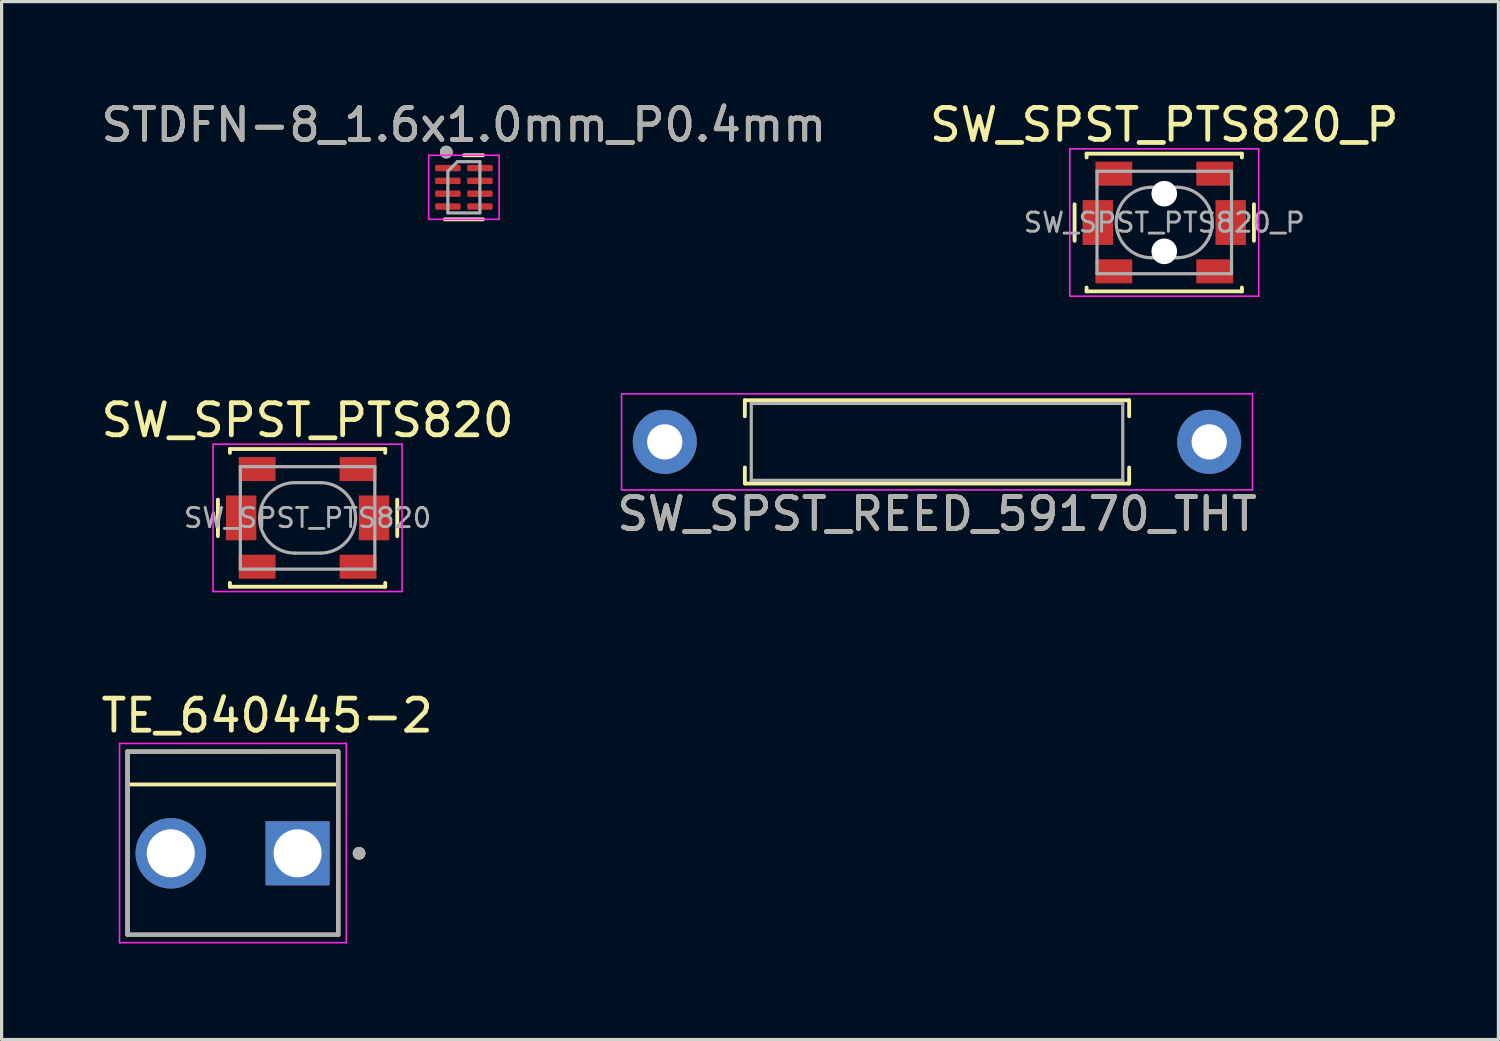
<source format=kicad_pcb>
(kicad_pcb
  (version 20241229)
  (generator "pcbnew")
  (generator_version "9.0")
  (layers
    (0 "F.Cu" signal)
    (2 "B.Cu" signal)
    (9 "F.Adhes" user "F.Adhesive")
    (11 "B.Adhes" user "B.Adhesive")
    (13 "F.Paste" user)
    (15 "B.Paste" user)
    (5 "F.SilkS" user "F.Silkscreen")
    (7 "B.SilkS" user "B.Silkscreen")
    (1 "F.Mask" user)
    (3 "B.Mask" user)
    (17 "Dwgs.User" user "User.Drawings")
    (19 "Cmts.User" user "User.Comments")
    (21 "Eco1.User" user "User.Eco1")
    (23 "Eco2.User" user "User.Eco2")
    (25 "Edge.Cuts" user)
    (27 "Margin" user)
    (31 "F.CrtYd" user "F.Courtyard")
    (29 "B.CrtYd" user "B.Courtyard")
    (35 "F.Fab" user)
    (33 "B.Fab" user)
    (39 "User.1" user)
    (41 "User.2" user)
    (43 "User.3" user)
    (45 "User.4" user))
  (footprint "SW_SPST_REED_59170_THT"
    (layer "F.Cu")
    (at 26.208 10.748)
    (property "Reference" "SW_SPST_REED_59170_THT" (at 0 2.25 0) (layer "F.SilkS") (effects (font (size 1 1) (thickness 0.15))))
    (attr smd)
    (fp_line (start -6 -1.3) (end -6 -0.8) (stroke (width 0.12) (type solid)) (layer "F.SilkS"))
    (fp_line (start -6 0.8) (end -6 1.3) (stroke (width 0.12) (type solid)) (layer "F.SilkS"))
    (fp_line (start -6 1.3) (end 6 1.3) (stroke (width 0.12) (type solid)) (layer "F.SilkS"))
    (fp_line (start 6 -1.3) (end -6 -1.3) (stroke (width 0.12) (type solid)) (layer "F.SilkS"))
    (fp_line (start 6 -0.8) (end 6 -1.3) (stroke (width 0.12) (type solid)) (layer "F.SilkS"))
    (fp_line (start 6 1.3) (end 6 0.8) (stroke (width 0.12) (type solid)) (layer "F.SilkS"))
    (fp_line (start -9.85 -1.5) (end 9.85 -1.5) (stroke (width 0.05) (type solid)) (layer "F.CrtYd"))
    (fp_line (start -9.85 1.5) (end -9.85 -1.5) (stroke (width 0.05) (type solid)) (layer "F.CrtYd"))
    (fp_line (start 9.85 -1.5) (end 9.85 1.5) (stroke (width 0.05) (type solid)) (layer "F.CrtYd"))
    (fp_line (start 9.85 1.5) (end -9.85 1.5) (stroke (width 0.05) (type solid)) (layer "F.CrtYd"))
    (fp_line (start -5.8 -1.2) (end 5.8 -1.2) (stroke (width 0.1) (type solid)) (layer "F.Fab"))
    (fp_line (start -5.8 1.2) (end -5.8 -1.2) (stroke (width 0.1) (type solid)) (layer "F.Fab"))
    (fp_line (start 5.8 -1.2) (end 5.8 1.2) (stroke (width 0.1) (type solid)) (layer "F.Fab"))
    (fp_line (start 5.8 1.2) (end -5.8 1.2) (stroke (width 0.1) (type solid)) (layer "F.Fab"))
    (fp_text user "${REFERENCE}" (at 0 2.25 0) (layer "F.Fab") (effects (font (size 1 1) (thickness 0.15))))
    (pad "1" thru_hole circle (at -8.5 0 90) (size 2 2) (drill 1.1) (layers "*.Cu" "*.Mask"))
    (pad "2" thru_hole circle (at 8.5 0 90) (size 2 2) (drill 1.1) (layers "*.Cu" "*.Mask")))
  (footprint "STDFN-8_1.6x1.0mm_P0.4mm"
    (layer "F.Cu")
    (at 11.435 2.798)
    (property "Reference" "STDFN-8_1.6x1.0mm_P0.4mm" (at 0 -1.95 0) (layer "F.SilkS") (effects (font (size 1 1) (thickness 0.15))))
    (attr smd)
    (fp_line (start -0.6 1) (end 0.6 1) (stroke (width 0.12) (type solid)) (layer "F.SilkS"))
    (fp_line (start 0 -1) (end 0.6 -1) (stroke (width 0.12) (type solid)) (layer "F.SilkS"))
    (fp_circle (center -0.55 -1.1) (end -0.45 -1.1) (stroke (width 0.2) (type solid)) (fill no) (layer "F.SilkS"))
    (fp_line (start -1.1 -1) (end -1.1 1) (stroke (width 0.05) (type solid)) (layer "F.CrtYd"))
    (fp_line (start -1.1 1) (end 1.1 1) (stroke (width 0.05) (type solid)) (layer "F.CrtYd"))
    (fp_line (start 1.1 -1) (end -1.1 -1) (stroke (width 0.05) (type solid)) (layer "F.CrtYd"))
    (fp_line (start 1.1 1) (end 1.1 -1) (stroke (width 0.05) (type solid)) (layer "F.CrtYd"))
    (fp_line (start -0.5 -0.5) (end -0.2 -0.8) (stroke (width 0.1) (type solid)) (layer "F.Fab"))
    (fp_line (start -0.5 0.8) (end -0.5 -0.5) (stroke (width 0.1) (type solid)) (layer "F.Fab"))
    (fp_line (start -0.2 -0.8) (end 0.5 -0.8) (stroke (width 0.1) (type solid)) (layer "F.Fab"))
    (fp_line (start 0.5 -0.8) (end 0.5 0.8) (stroke (width 0.1) (type solid)) (layer "F.Fab"))
    (fp_line (start 0.5 0.8) (end -0.5 0.8) (stroke (width 0.1) (type solid)) (layer "F.Fab"))
    (fp_circle (center -0.55 -1.1) (end -0.45 -1.1) (stroke (width 0.2) (type solid)) (fill no) (layer "F.Fab"))
    (fp_text user "${REFERENCE}" (at 0 -1.95 0) (layer "F.Fab") (effects (font (size 1 1) (thickness 0.15))))
    (pad "1" smd roundrect (at -0.5 -0.6) (size 0.8 0.2) (layers "F.Cu" "F.Mask" "F.Paste") (roundrect_rratio 0.25))
    (pad "2" smd roundrect (at -0.5 -0.2) (size 0.8 0.2) (layers "F.Cu" "F.Mask" "F.Paste") (roundrect_rratio 0.25))
    (pad "3" smd roundrect (at -0.5 0.2) (size 0.8 0.2) (layers "F.Cu" "F.Mask" "F.Paste") (roundrect_rratio 0.25))
    (pad "4" smd roundrect (at -0.5 0.6) (size 0.8 0.2) (layers "F.Cu" "F.Mask" "F.Paste") (roundrect_rratio 0.25))
    (pad "5" smd roundrect (at 0.5 0.6) (size 0.8 0.2) (layers "F.Cu" "F.Mask" "F.Paste") (roundrect_rratio 0.25))
    (pad "6" smd roundrect (at 0.5 0.2) (size 0.8 0.2) (layers "F.Cu" "F.Mask" "F.Paste") (roundrect_rratio 0.25))
    (pad "7" smd roundrect (at 0.5 -0.2) (size 0.8 0.2) (layers "F.Cu" "F.Mask" "F.Paste") (roundrect_rratio 0.25))
    (pad "8" smd roundrect (at 0.5 -0.6) (size 0.8 0.2) (layers "F.Cu" "F.Mask" "F.Paste") (roundrect_rratio 0.25)))
  (footprint "SW_SPST_PTS820"
    (layer "F.Cu")
    (at 6.554 13.121)
    (property "Reference" "SW_SPST_PTS820" (at 0 -3.05 0) (layer "F.SilkS") (effects (font (size 1 1) (thickness 0.15))))
    (attr smd)
    (fp_line (start -2.8 -0.57) (end -2.8 0.57) (stroke (width 0.12) (type solid)) (layer "F.SilkS"))
    (fp_line (start -2.425 -2.15) (end -2.425 -2.03) (stroke (width 0.12) (type solid)) (layer "F.SilkS"))
    (fp_line (start -2.425 2.03) (end -2.425 2.15) (stroke (width 0.12) (type solid)) (layer "F.SilkS"))
    (fp_line (start -2.425 2.15) (end 2.425 2.15) (stroke (width 0.12) (type solid)) (layer "F.SilkS"))
    (fp_line (start 2.425 -2.15) (end -2.425 -2.15) (stroke (width 0.12) (type solid)) (layer "F.SilkS"))
    (fp_line (start 2.425 -2.03) (end 2.425 -2.15) (stroke (width 0.12) (type solid)) (layer "F.SilkS"))
    (fp_line (start 2.425 2.15) (end 2.425 2.03) (stroke (width 0.12) (type solid)) (layer "F.SilkS"))
    (fp_line (start 2.8 0.57) (end 2.8 -0.57) (stroke (width 0.12) (type solid)) (layer "F.SilkS"))
    (fp_line (start -2.95 -2.3) (end 2.95 -2.3) (stroke (width 0.05) (type solid)) (layer "F.CrtYd"))
    (fp_line (start -2.95 2.3) (end -2.95 -2.3) (stroke (width 0.05) (type solid)) (layer "F.CrtYd"))
    (fp_line (start 2.95 -2.3) (end 2.95 2.3) (stroke (width 0.05) (type solid)) (layer "F.CrtYd"))
    (fp_line (start 2.95 2.3) (end -2.95 2.3) (stroke (width 0.05) (type solid)) (layer "F.CrtYd"))
    (fp_line (start -2.1 -1.6) (end -2.1 1.6) (stroke (width 0.1) (type solid)) (layer "F.Fab"))
    (fp_line (start -2.1 1.6) (end 2.1 1.6) (stroke (width 0.1) (type solid)) (layer "F.Fab"))
    (fp_line (start -0.4 -1.1) (end 0.4 -1.1) (stroke (width 0.1) (type solid)) (layer "F.Fab"))
    (fp_line (start 0.4 1.1) (end -0.4 1.1) (stroke (width 0.1) (type solid)) (layer "F.Fab"))
    (fp_line (start 2.1 -1.6) (end -2.1 -1.6) (stroke (width 0.1) (type solid)) (layer "F.Fab"))
    (fp_line (start 2.1 1.6) (end 2.1 -1.6) (stroke (width 0.1) (type solid)) (layer "F.Fab"))
    (fp_arc (start -0.4 1.1) (mid -1.5 0) (end -0.4 -1.1) (stroke (width 0.1) (type solid)) (layer "F.Fab"))
    (fp_arc (start 0.4 -1.1) (mid 1.5 0) (end 0.4 1.1) (stroke (width 0.1) (type solid)) (layer "F.Fab"))
    (fp_text user "${REFERENCE}" (at 0 0 0) (layer "F.Fab") (effects (font (size 0.6 0.6) (thickness 0.09))))
    (pad "0" smd rect (at -1.575 -1.525) (size 1.15 0.75) (layers "F.Cu" "F.Mask" "F.Paste"))
    (pad "0" smd rect (at -1.575 1.525) (size 1.15 0.75) (layers "F.Cu" "F.Mask" "F.Paste"))
    (pad "0" smd rect (at 1.575 -1.525) (size 1.15 0.75) (layers "F.Cu" "F.Mask" "F.Paste"))
    (pad "0" smd rect (at 1.575 1.525) (size 1.15 0.75) (layers "F.Cu" "F.Mask" "F.Paste"))
    (pad "1" smd rect (at -2.075 0) (size 0.95 1.4) (layers "F.Cu" "F.Mask" "F.Paste"))
    (pad "2" smd rect (at 2.075 0) (size 0.95 1.4) (layers "F.Cu" "F.Mask" "F.Paste")))
  (footprint "TE_640445-2"
    (layer "F.Cu")
    (at 6.242 23.595)
    (property "Reference" "TE_640445-2" (at -0.95 -4.3 0) (layer "F.SilkS") (effects (font (size 1 1) (thickness 0.15))))
    (attr through_hole)
    (fp_line (start -5.309 -2.15) (end 1.25 -2.15) (stroke (width 0.12) (type solid)) (layer "F.SilkS"))
    (fp_line (start -5.309 2.54) (end -5.309 -3.18) (stroke (width 0.127) (type solid)) (layer "F.SilkS"))
    (fp_line (start 1.27 -3.18) (end -5.309 -3.175) (stroke (width 0.127) (type solid)) (layer "F.SilkS"))
    (fp_line (start 1.27 -3.18) (end 1.27 2.54) (stroke (width 0.127) (type solid)) (layer "F.SilkS"))
    (fp_line (start 1.27 2.54) (end -5.309 2.54) (stroke (width 0.127) (type solid)) (layer "F.SilkS"))
    (fp_circle (center 1.92 0) (end 2.02 0) (stroke (width 0.2) (type solid)) (fill no) (layer "F.SilkS"))
    (fp_line (start -5.559 -3.43) (end 1.52 -3.43) (stroke (width 0.05) (type solid)) (layer "F.CrtYd"))
    (fp_line (start -5.559 2.79) (end -5.559 -3.43) (stroke (width 0.05) (type solid)) (layer "F.CrtYd"))
    (fp_line (start 1.52 -3.43) (end 1.52 2.79) (stroke (width 0.05) (type solid)) (layer "F.CrtYd"))
    (fp_line (start 1.52 2.79) (end -5.559 2.79) (stroke (width 0.05) (type solid)) (layer "F.CrtYd"))
    (fp_line (start -5.309 -3.18) (end 1.27 -3.18) (stroke (width 0.127) (type solid)) (layer "F.Fab"))
    (fp_line (start -5.309 -3.175) (end 1.27 -3.18) (stroke (width 0.127) (type solid)) (layer "F.Fab"))
    (fp_line (start -5.309 2.54) (end -5.309 -3.18) (stroke (width 0.127) (type solid)) (layer "F.Fab"))
    (fp_line (start -5.309 2.54) (end -5.309 -3.18) (stroke (width 0.127) (type solid)) (layer "F.Fab"))
    (fp_line (start 1.27 -3.18) (end 1.27 2.54) (stroke (width 0.127) (type solid)) (layer "F.Fab"))
    (fp_line (start 1.27 -3.18) (end 1.27 2.54) (stroke (width 0.127) (type solid)) (layer "F.Fab"))
    (fp_line (start 1.27 2.54) (end -5.309 2.54) (stroke (width 0.127) (type solid)) (layer "F.Fab"))
    (fp_circle (center 1.92 0) (end 2.02 0) (stroke (width 0.2) (type solid)) (fill no) (layer "F.Fab"))
    (pad "1" thru_hole rect (at 0 0) (size 2 2) (drill 1.5) (layers "*.Cu" "*.Mask"))
    (pad "2" thru_hole circle (at -3.96 0) (size 2.2 2.2) (drill 1.5) (layers "*.Cu" "*.Mask")))
  (footprint "SW_SPST_PTS820_P"
    (layer "F.Cu")
    (at 33.304 3.898)
    (property "Reference" "SW_SPST_PTS820_P" (at 0 -3.05 0) (layer "F.SilkS") (effects (font (size 1 1) (thickness 0.15))))
    (attr smd)
    (fp_line (start -2.8 -0.57) (end -2.8 0.57) (stroke (width 0.12) (type solid)) (layer "F.SilkS"))
    (fp_line (start -2.425 -2.15) (end -2.425 -2.03) (stroke (width 0.12) (type solid)) (layer "F.SilkS"))
    (fp_line (start -2.425 2.03) (end -2.425 2.15) (stroke (width 0.12) (type solid)) (layer "F.SilkS"))
    (fp_line (start -2.425 2.15) (end 2.425 2.15) (stroke (width 0.12) (type solid)) (layer "F.SilkS"))
    (fp_line (start 2.425 -2.15) (end -2.425 -2.15) (stroke (width 0.12) (type solid)) (layer "F.SilkS"))
    (fp_line (start 2.425 -2.03) (end 2.425 -2.15) (stroke (width 0.12) (type solid)) (layer "F.SilkS"))
    (fp_line (start 2.425 2.15) (end 2.425 2.03) (stroke (width 0.12) (type solid)) (layer "F.SilkS"))
    (fp_line (start 2.8 0.57) (end 2.8 -0.57) (stroke (width 0.12) (type solid)) (layer "F.SilkS"))
    (fp_line (start -2.95 -2.3) (end 2.95 -2.3) (stroke (width 0.05) (type solid)) (layer "F.CrtYd"))
    (fp_line (start -2.95 2.3) (end -2.95 -2.3) (stroke (width 0.05) (type solid)) (layer "F.CrtYd"))
    (fp_line (start 2.95 -2.3) (end 2.95 2.3) (stroke (width 0.05) (type solid)) (layer "F.CrtYd"))
    (fp_line (start 2.95 2.3) (end -2.95 2.3) (stroke (width 0.05) (type solid)) (layer "F.CrtYd"))
    (fp_line (start -2.1 -1.6) (end -2.1 1.6) (stroke (width 0.1) (type solid)) (layer "F.Fab"))
    (fp_line (start -2.1 1.6) (end 2.1 1.6) (stroke (width 0.1) (type solid)) (layer "F.Fab"))
    (fp_line (start -0.4 -1.1) (end 0.4 -1.1) (stroke (width 0.1) (type solid)) (layer "F.Fab"))
    (fp_line (start 0.4 1.1) (end -0.4 1.1) (stroke (width 0.1) (type solid)) (layer "F.Fab"))
    (fp_line (start 2.1 -1.6) (end -2.1 -1.6) (stroke (width 0.1) (type solid)) (layer "F.Fab"))
    (fp_line (start 2.1 1.6) (end 2.1 -1.6) (stroke (width 0.1) (type solid)) (layer "F.Fab"))
    (fp_arc (start -0.4 1.1) (mid -1.5 0) (end -0.4 -1.1) (stroke (width 0.1) (type solid)) (layer "F.Fab"))
    (fp_arc (start 0.4 -1.1) (mid 1.5 0) (end 0.4 1.1) (stroke (width 0.1) (type solid)) (layer "F.Fab"))
    (fp_text user "${REFERENCE}" (at 0 0 0) (layer "F.Fab") (effects (font (size 0.6 0.6) (thickness 0.09))))
    (pad "" np_thru_hole circle (at 0 -0.9) (size 0.8 0.8) (drill 0.8) (layers "*.Cu" "*.Mask"))
    (pad "" np_thru_hole circle (at 0 0.9) (size 0.8 0.8) (drill 0.8) (layers "*.Cu" "*.Mask"))
    (pad "0" smd rect (at -1.575 -1.525) (size 1.15 0.75) (layers "F.Cu" "F.Mask" "F.Paste"))
    (pad "0" smd rect (at -1.575 1.525) (size 1.15 0.75) (layers "F.Cu" "F.Mask" "F.Paste"))
    (pad "0" smd rect (at 1.575 -1.525) (size 1.15 0.75) (layers "F.Cu" "F.Mask" "F.Paste"))
    (pad "0" smd rect (at 1.575 1.525) (size 1.15 0.75) (layers "F.Cu" "F.Mask" "F.Paste"))
    (pad "1" smd rect (at -2.075 0) (size 0.95 1.4) (layers "F.Cu" "F.Mask" "F.Paste"))
    (pad "2" smd rect (at 2.075 0) (size 0.95 1.4) (layers "F.Cu" "F.Mask" "F.Paste")))
  (gr_rect
    (start -3 -3)
    (end 43.738 29.41)
    (stroke (width 0.1) (type default))
    (fill no)
    (layer "Edge.Cuts")))
</source>
